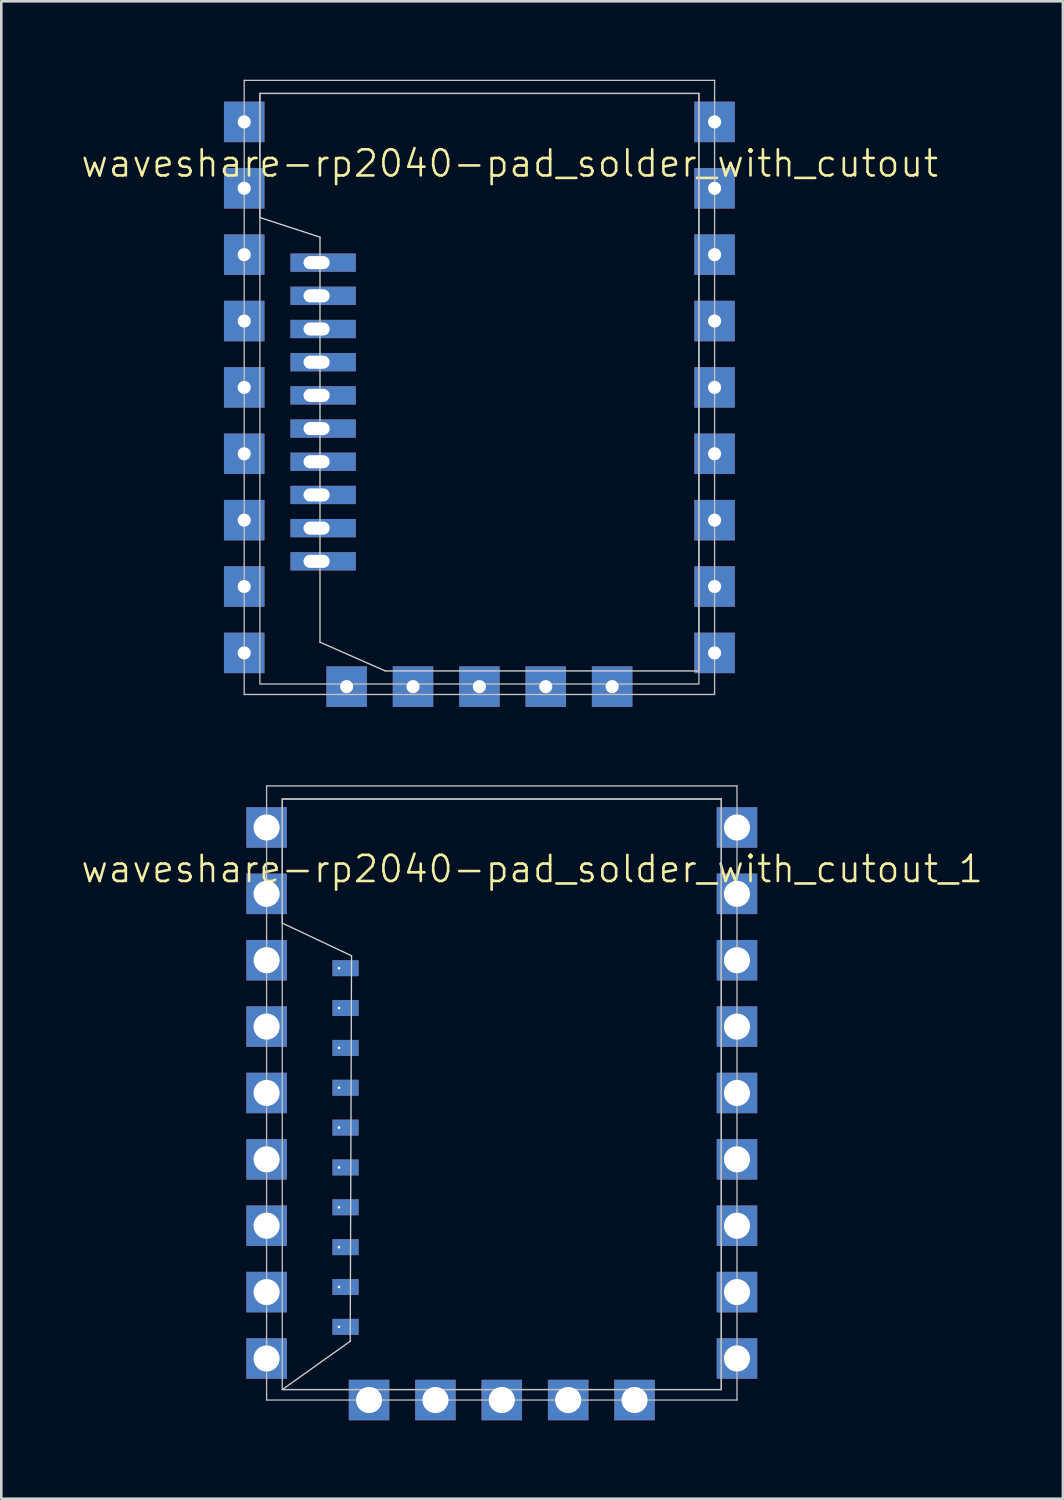
<source format=kicad_pcb>
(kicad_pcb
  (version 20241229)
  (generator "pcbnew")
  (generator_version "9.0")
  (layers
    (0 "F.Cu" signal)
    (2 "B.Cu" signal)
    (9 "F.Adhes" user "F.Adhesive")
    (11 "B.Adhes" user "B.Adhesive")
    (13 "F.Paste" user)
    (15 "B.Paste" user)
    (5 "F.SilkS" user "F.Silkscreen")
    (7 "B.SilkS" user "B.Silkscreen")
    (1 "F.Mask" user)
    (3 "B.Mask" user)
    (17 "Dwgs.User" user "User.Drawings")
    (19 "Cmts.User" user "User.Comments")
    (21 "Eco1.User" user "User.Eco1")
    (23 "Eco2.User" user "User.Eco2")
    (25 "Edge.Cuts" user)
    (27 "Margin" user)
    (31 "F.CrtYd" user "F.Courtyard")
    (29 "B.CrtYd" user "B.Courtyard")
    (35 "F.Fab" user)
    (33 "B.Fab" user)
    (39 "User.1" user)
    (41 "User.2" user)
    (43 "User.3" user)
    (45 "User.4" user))
  (footprint "waveshare-rp2040-pad_solder_with_cutout_1"
    (layer "F.Cu")
    (at 7.152 50.525)
    (property "Reference" "waveshare-rp2040-pad_solder_with_cutout_1" (at 10.16 -20.32 0) (unlocked yes) (layer "F.SilkS") (effects (font (size 1 1) (thickness 0.1))))
    (attr smd)
    (fp_line (start 0 -23.5) (end 0 0) (stroke (width 0.05) (type default)) (layer "Dwgs.User"))
    (fp_line (start 0 0) (end 18 0) (stroke (width 0.05) (type default)) (layer "Dwgs.User"))
    (fp_line (start 18 -23.5) (end 0 -23.5) (stroke (width 0.05) (type default)) (layer "Dwgs.User"))
    (fp_line (start 18 -23.5) (end 18 0) (stroke (width 0.05) (type default)) (layer "Dwgs.User"))
    (fp_rect (start 0.6 -23) (end 17.4 -0.4) (stroke (width 0.05) (type default)) (fill no) (layer "Dwgs.User"))
    (fp_line (start 0.6 -23) (end 0.6 -18.25) (stroke (width 0.05) (type default)) (layer "Edge.Cuts"))
    (fp_line (start 0.6 -23) (end 17.4 -23) (stroke (width 0.05) (type default)) (layer "Edge.Cuts"))
    (fp_line (start 0.6 -0.4) (end 3.2 -2.25) (stroke (width 0.05) (type default)) (layer "Edge.Cuts"))
    (fp_line (start 3.2 -2.25) (end 3.25 -17) (stroke (width 0.05) (type default)) (layer "Edge.Cuts"))
    (fp_line (start 3.25 -17) (end 0.6 -18.25) (stroke (width 0.05) (type default)) (layer "Edge.Cuts"))
    (fp_line (start 17.4 -23) (end 17.4 -0.4) (stroke (width 0.05) (type default)) (layer "Edge.Cuts"))
    (fp_line (start 17.4 -0.4) (end 0.6 -0.4) (stroke (width 0.05) (type default)) (layer "Edge.Cuts"))
    (pad "2" thru_hole rect (at 18 -21.91) (size 1.55 1.55) (drill 1) (layers "*.Cu" "*.Mask"))
    (pad "3" thru_hole rect (at 18 -19.37) (size 1.55 1.55) (drill 1) (layers "*.Cu" "*.Mask"))
    (pad "3V3" thru_hole rect (at 0 -16.83 180) (size 1.55 1.55) (drill 1) (layers "*.Cu" "*.Mask"))
    (pad "4" thru_hole rect (at 18 -16.83) (size 1.55 1.55) (drill 1) (layers "*.Cu" "*.Mask"))
    (pad "5" thru_hole rect (at 18 -14.29) (size 1.55 1.55) (drill 1) (layers "*.Cu" "*.Mask"))
    (pad "5V" thru_hole rect (at 0 -21.91 180) (size 1.55 1.55) (drill 1) (layers "*.Cu" "*.Mask"))
    (pad "6" thru_hole rect (at 18 -11.75) (size 1.55 1.55) (drill 1) (layers "*.Cu" "*.Mask"))
    (pad "7" thru_hole rect (at 18 -9.21) (size 1.55 1.55) (drill 1) (layers "*.Cu" "*.Mask"))
    (pad "8" thru_hole rect (at 18 -6.67) (size 1.55 1.55) (drill 1) (layers "*.Cu" "*.Mask"))
    (pad "9" thru_hole rect (at 18 -4.13) (size 1.55 1.55) (drill 1) (layers "*.Cu" "*.Mask"))
    (pad "11" thru_hole rect (at 18 -1.59) (size 1.55 1.55) (drill 1) (layers "*.Cu" "*.Mask"))
    (pad "12" thru_hole rect (at 14.08 0 270) (size 1.55 1.55) (drill 1) (layers "*.Cu" "*.Mask"))
    (pad "13" thru_hole rect (at 11.54 0 270) (size 1.55 1.55) (drill 1) (layers "*.Cu" "*.Mask"))
    (pad "14" thru_hole rect (at 9 0 270) (size 1.55 1.55) (drill 1) (layers "*.Cu" "*.Mask"))
    (pad "15" thru_hole rect (at 6.46 0 270) (size 1.55 1.55) (drill 1) (layers "*.Cu" "*.Mask"))
    (pad "16" thru_hole rect (at 3.92 0 270) (size 1.55 1.55) (drill 1) (layers "*.Cu" "*.Mask"))
    (pad "17" thru_hole rect (at 0 -1.59 180) (size 1.55 1.55) (drill 1) (layers "*.Cu" "*.Mask"))
    (pad "18" thru_hole rect (at 0 -4.13 180) (size 1.55 1.55) (drill 1) (layers "*.Cu" "*.Mask"))
    (pad "28" thru_hole rect (at 2.77 -2.8 180) (size 1 0.61) (drill 0.1 (offset -0.25 0)) (layers "*.Cu" "*.Mask"))
    (pad "29" thru_hole rect (at 2.77 -4.325 180) (size 1 0.61) (drill 0.1 (offset -0.25 0)) (layers "*.Cu" "*.Mask"))
    (pad "30" thru_hole rect (at 2.77 -5.85 180) (size 1 0.61) (drill 0.1 (offset -0.25 0)) (layers "*.Cu" "*.Mask"))
    (pad "31" thru_hole rect (at 2.77 -7.375 180) (size 1 0.61) (drill 0.1 (offset -0.25 0)) (layers "*.Cu" "*.Mask"))
    (pad "32" thru_hole rect (at 2.77 -8.9 180) (size 1 0.61) (drill 0.1 (offset -0.25 0)) (layers "*.Cu" "*.Mask"))
    (pad "34" thru_hole rect (at 2.77 -10.425 180) (size 1 0.61) (drill 0.1 (offset -0.25 0)) (layers "*.Cu" "*.Mask"))
    (pad "35" thru_hole rect (at 2.77 -11.95 180) (size 1 0.61) (drill 0.1 (offset -0.25 0)) (layers "*.Cu" "*.Mask"))
    (pad "36" thru_hole rect (at 2.77 -13.475 180) (size 1 0.61) (drill 0.1 (offset -0.25 0)) (layers "*.Cu" "*.Mask"))
    (pad "37" thru_hole rect (at 2.77 -15 180) (size 1 0.61) (drill 0.1 (offset -0.25 0)) (layers "*.Cu" "*.Mask"))
    (pad "38" thru_hole rect (at 0 -6.67 180) (size 1.55 1.55) (drill 1) (layers "*.Cu" "*.Mask"))
    (pad "39" thru_hole rect (at 0 -9.21 180) (size 1.55 1.55) (drill 1) (layers "*.Cu" "*.Mask"))
    (pad "40" thru_hole rect (at 0 -11.75 180) (size 1.55 1.55) (drill 1) (layers "*.Cu" "*.Mask"))
    (pad "41" thru_hole rect (at 0 -14.29 180) (size 1.55 1.55) (drill 1) (layers "*.Cu" "*.Mask"))
    (pad "GND" thru_hole rect (at 0 -19.37 180) (size 1.55 1.55) (drill 1) (layers "*.Cu" "*.Mask"))
    (pad "GND" thru_hole rect (at 2.77 -16.525 180) (size 1 0.61) (drill 0.1 (offset -0.25 0)) (layers "*.Cu" "*.Mask")))
  (footprint "waveshare-rp2040-pad_solder_with_cutout"
    (layer "F.Cu")
    (at 6.295 23.525)
    (property "Reference" "waveshare-rp2040-pad_solder_with_cutout" (at 10.16 -20.32 0) (unlocked yes) (layer "F.SilkS") (effects (font (size 1 1) (thickness 0.1))))
    (attr smd)
    (fp_line (start 0 -23.5) (end 0 0) (stroke (width 0.05) (type default)) (layer "Dwgs.User"))
    (fp_line (start 0 0) (end 18 0) (stroke (width 0.05) (type default)) (layer "Dwgs.User"))
    (fp_line (start 18 -23.5) (end 0 -23.5) (stroke (width 0.05) (type default)) (layer "Dwgs.User"))
    (fp_line (start 18 -23.5) (end 18 0) (stroke (width 0.05) (type default)) (layer "Dwgs.User"))
    (fp_rect (start 0.6 -23) (end 17.4 -0.4) (stroke (width 0.05) (type default)) (fill no) (layer "Dwgs.User"))
    (fp_line (start 0.6 -23) (end 0.6 -18.25) (stroke (width 0.05) (type default)) (layer "Edge.Cuts"))
    (fp_line (start 0.6 -23) (end 17.4 -23) (stroke (width 0.05) (type default)) (layer "Edge.Cuts"))
    (fp_line (start 2.9 -17.5) (end 0.6 -18.25) (stroke (width 0.05) (type default)) (layer "Edge.Cuts"))
    (fp_line (start 2.9 -2) (end 2.9 -17.5) (stroke (width 0.05) (type default)) (layer "Edge.Cuts"))
    (fp_line (start 2.9 -2) (end 5.4 -0.9) (stroke (width 0.05) (type default)) (layer "Edge.Cuts"))
    (fp_line (start 17.4 -23) (end 17.4 -0.9) (stroke (width 0.05) (type default)) (layer "Edge.Cuts"))
    (fp_line (start 17.4 -0.9) (end 5.4 -0.9) (stroke (width 0.05) (type default)) (layer "Edge.Cuts"))
    (pad "2" thru_hole rect (at 18 -21.91) (size 1.55 1.55) (drill 0.5) (layers "*.Cu" "*.Mask"))
    (pad "3" thru_hole rect (at 18 -19.37) (size 1.55 1.55) (drill 0.5) (layers "*.Cu" "*.Mask"))
    (pad "3V3" thru_hole rect (at 0 -16.83 180) (size 1.55 1.55) (drill 0.5) (layers "*.Cu" "*.Mask"))
    (pad "4" thru_hole rect (at 18 -16.83) (size 1.55 1.55) (drill 0.5) (layers "*.Cu" "*.Mask"))
    (pad "5" thru_hole rect (at 18 -14.29) (size 1.55 1.55) (drill 0.5) (layers "*.Cu" "*.Mask"))
    (pad "5V" thru_hole rect (at 0 -21.91 180) (size 1.55 1.55) (drill 0.5) (layers "*.Cu" "*.Mask"))
    (pad "6" thru_hole rect (at 18 -11.75) (size 1.55 1.55) (drill 0.5) (layers "*.Cu" "*.Mask"))
    (pad "7" thru_hole rect (at 18 -9.21) (size 1.55 1.55) (drill 0.5) (layers "*.Cu" "*.Mask"))
    (pad "8" thru_hole rect (at 18 -6.67) (size 1.55 1.55) (drill 0.5) (layers "*.Cu" "*.Mask"))
    (pad "9" thru_hole rect (at 18 -4.13) (size 1.55 1.55) (drill 0.5) (layers "*.Cu" "*.Mask"))
    (pad "11" thru_hole rect (at 18 -1.59) (size 1.55 1.55) (drill 0.5) (layers "*.Cu" "*.Mask"))
    (pad "12" thru_hole rect (at 14.08 -0.3 270) (size 1.55 1.55) (drill 0.5) (layers "*.Cu" "*.Mask"))
    (pad "13" thru_hole rect (at 11.54 -0.3 270) (size 1.55 1.55) (drill 0.5) (layers "*.Cu" "*.Mask"))
    (pad "14" thru_hole rect (at 9 -0.3 270) (size 1.55 1.55) (drill 0.5) (layers "*.Cu" "*.Mask"))
    (pad "15" thru_hole rect (at 6.46 -0.3 270) (size 1.55 1.55) (drill 0.5) (layers "*.Cu" "*.Mask"))
    (pad "16" thru_hole rect (at 3.92 -0.3 270) (size 1.55 1.55) (drill 0.5) (layers "*.Cu" "*.Mask"))
    (pad "17" thru_hole rect (at 0 -1.59 180) (size 1.55 1.55) (drill 0.5) (layers "*.Cu" "*.Mask"))
    (pad "18" thru_hole rect (at 0 -4.13 180) (size 1.55 1.55) (drill 0.5) (layers "*.Cu" "*.Mask"))
    (pad "28" thru_hole rect (at 2.77 -5.095 180) (size 2.5 0.7) (drill oval 1 0.5 (offset -0.25 0)) (layers "*.Cu" "*.Mask"))
    (pad "29" thru_hole rect (at 2.77 -6.365 180) (size 2.5 0.7) (drill oval 1 0.5 (offset -0.25 0)) (layers "*.Cu" "*.Mask"))
    (pad "30" thru_hole rect (at 2.77 -7.635 180) (size 2.5 0.7) (drill oval 1 0.5 (offset -0.25 0)) (layers "*.Cu" "*.Mask"))
    (pad "31" thru_hole rect (at 2.77 -8.905 180) (size 2.5 0.7) (drill oval 1 0.5 (offset -0.25 0)) (layers "*.Cu" "*.Mask"))
    (pad "32" thru_hole rect (at 2.77 -10.175 180) (size 2.5 0.7) (drill oval 1 0.5 (offset -0.25 0)) (layers "*.Cu" "*.Mask"))
    (pad "34" thru_hole rect (at 2.77 -11.445 180) (size 2.5 0.7) (drill oval 1 0.5 (offset -0.25 0)) (layers "*.Cu" "*.Mask"))
    (pad "35" thru_hole rect (at 2.77 -12.715 180) (size 2.5 0.7) (drill oval 1 0.5 (offset -0.25 0)) (layers "*.Cu" "*.Mask"))
    (pad "36" thru_hole rect (at 2.77 -13.985 180) (size 2.5 0.7) (drill oval 1 0.5 (offset -0.25 0)) (layers "*.Cu" "*.Mask"))
    (pad "37" thru_hole rect (at 2.77 -15.255 180) (size 2.5 0.7) (drill oval 1 0.5 (offset -0.25 0)) (layers "*.Cu" "*.Mask"))
    (pad "38" thru_hole rect (at 0 -6.67 180) (size 1.55 1.55) (drill 0.5) (layers "*.Cu" "*.Mask"))
    (pad "39" thru_hole rect (at 0 -9.21 180) (size 1.55 1.55) (drill 0.5) (layers "*.Cu" "*.Mask"))
    (pad "40" thru_hole rect (at 0 -11.75 180) (size 1.55 1.55) (drill 0.5) (layers "*.Cu" "*.Mask"))
    (pad "41" thru_hole rect (at 0 -14.29 180) (size 1.55 1.55) (drill 0.5) (layers "*.Cu" "*.Mask"))
    (pad "GND" thru_hole rect (at 0 -19.37 180) (size 1.55 1.55) (drill 0.5) (layers "*.Cu" "*.Mask"))
    (pad "GND" thru_hole rect (at 2.77 -16.525 180) (size 2.5 0.7) (drill oval 1 0.5 (offset -0.25 0)) (layers "*.Cu" "*.Mask")))
  (gr_rect
    (start -3 -3)
    (end 37.624 54.3)
    (stroke (width 0.1) (type default))
    (fill no)
    (layer "Edge.Cuts")))
</source>
